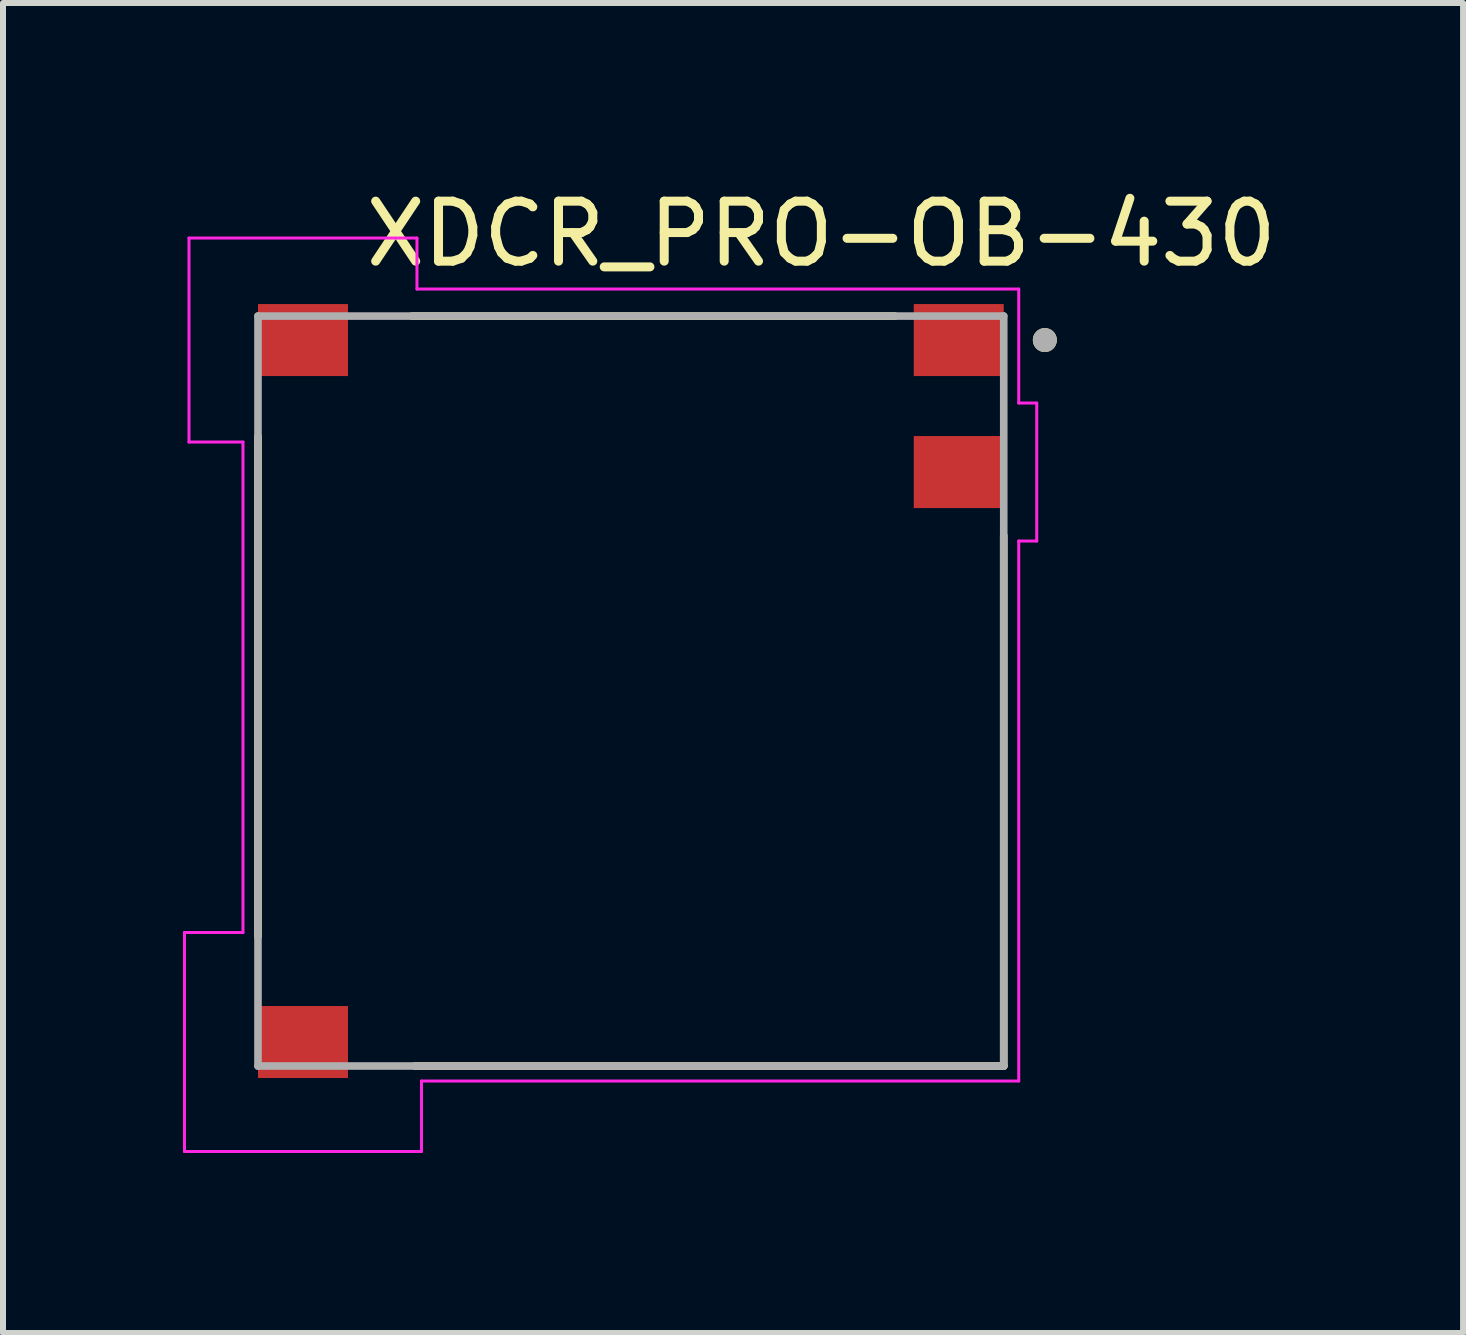
<source format=kicad_pcb>
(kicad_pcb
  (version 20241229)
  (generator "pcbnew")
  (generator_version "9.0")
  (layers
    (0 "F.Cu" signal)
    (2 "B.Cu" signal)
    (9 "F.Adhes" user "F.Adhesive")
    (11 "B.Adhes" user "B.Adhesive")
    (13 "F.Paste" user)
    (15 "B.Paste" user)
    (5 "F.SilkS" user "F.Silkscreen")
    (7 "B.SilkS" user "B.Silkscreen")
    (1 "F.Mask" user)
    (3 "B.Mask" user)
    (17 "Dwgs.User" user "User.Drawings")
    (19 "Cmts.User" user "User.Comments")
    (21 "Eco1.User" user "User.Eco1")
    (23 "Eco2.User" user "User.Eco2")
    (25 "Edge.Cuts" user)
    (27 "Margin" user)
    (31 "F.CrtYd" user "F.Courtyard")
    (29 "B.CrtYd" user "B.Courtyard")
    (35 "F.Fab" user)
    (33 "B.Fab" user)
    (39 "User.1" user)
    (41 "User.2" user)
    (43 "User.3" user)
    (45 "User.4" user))
  (footprint "XDCR_PRO-OB-430"
    (layer "F.Cu")
    (at 7.465 8.468)
    (property "Reference" "XDCR_PRO-OB-430" (at 3.175 -7.62 0) (layer "F.SilkS") (effects (font (size 1 1) (thickness 0.15))))
    (attr smd)
    (fp_line (start -6.215 4.087) (end -6.215 -4.237) (stroke (width 0.127) (type solid)) (layer "F.SilkS"))
    (fp_line (start -3.65 -6.25) (end 4.4 -6.25) (stroke (width 0.127) (type solid)) (layer "F.SilkS"))
    (fp_line (start 6.215 -2.587) (end 6.215 6.25) (stroke (width 0.127) (type solid)) (layer "F.SilkS"))
    (fp_line (start 6.215 6.25) (end -3.6 6.25) (stroke (width 0.127) (type solid)) (layer "F.SilkS"))
    (fp_circle (center 6.9 -5.85) (end 7 -5.85) (stroke (width 0.2) (type solid)) (fill no) (layer "F.SilkS"))
    (fp_line (start -7.44 4.025) (end -7.44 7.675) (stroke (width 0.05) (type solid)) (layer "F.CrtYd"))
    (fp_line (start -7.44 7.675) (end -3.49 7.675) (stroke (width 0.05) (type solid)) (layer "F.CrtYd"))
    (fp_line (start -7.365 -7.55) (end -7.365 -4.15) (stroke (width 0.05) (type solid)) (layer "F.CrtYd"))
    (fp_line (start -7.365 -4.15) (end -6.465 -4.15) (stroke (width 0.05) (type solid)) (layer "F.CrtYd"))
    (fp_line (start -6.465 4.025) (end -7.44 4.025) (stroke (width 0.05) (type solid)) (layer "F.CrtYd"))
    (fp_line (start -6.465 4.025) (end -6.465 -4.15) (stroke (width 0.05) (type solid)) (layer "F.CrtYd"))
    (fp_line (start -3.565 -7.55) (end -7.365 -7.55) (stroke (width 0.05) (type solid)) (layer "F.CrtYd"))
    (fp_line (start -3.565 -6.7) (end -3.565 -7.55) (stroke (width 0.05) (type solid)) (layer "F.CrtYd"))
    (fp_line (start -3.565 -6.7) (end 6.465 -6.7) (stroke (width 0.05) (type solid)) (layer "F.CrtYd"))
    (fp_line (start -3.49 7.675) (end -3.49 6.5) (stroke (width 0.05) (type solid)) (layer "F.CrtYd"))
    (fp_line (start 6.465 -6.7) (end 6.465 -4.8) (stroke (width 0.05) (type solid)) (layer "F.CrtYd"))
    (fp_line (start 6.465 -4.8) (end 6.765 -4.8) (stroke (width 0.05) (type solid)) (layer "F.CrtYd"))
    (fp_line (start 6.465 -2.5) (end 6.465 6.5) (stroke (width 0.05) (type solid)) (layer "F.CrtYd"))
    (fp_line (start 6.465 6.5) (end -3.49 6.5) (stroke (width 0.05) (type solid)) (layer "F.CrtYd"))
    (fp_line (start 6.765 -4.8) (end 6.765 -2.5) (stroke (width 0.05) (type solid)) (layer "F.CrtYd"))
    (fp_line (start 6.765 -2.5) (end 6.465 -2.5) (stroke (width 0.05) (type solid)) (layer "F.CrtYd"))
    (fp_line (start -6.215 -6.25) (end 6.215 -6.25) (stroke (width 0.127) (type solid)) (layer "F.Fab"))
    (fp_line (start -6.215 6.25) (end -6.215 -6.25) (stroke (width 0.127) (type solid)) (layer "F.Fab"))
    (fp_line (start 6.215 -6.25) (end 6.215 6.25) (stroke (width 0.127) (type solid)) (layer "F.Fab"))
    (fp_line (start 6.215 6.25) (end -6.215 6.25) (stroke (width 0.127) (type solid)) (layer "F.Fab"))
    (fp_circle (center 6.9 -5.85) (end 7 -5.85) (stroke (width 0.2) (type solid)) (fill no) (layer "F.Fab"))
    (pad "1" smd rect (at 5.465 -5.85) (size 1.5 1.2) (layers "F.Cu" "F.Mask" "F.Paste"))
    (pad "2" smd rect (at 5.465 -3.65) (size 1.5 1.2) (layers "F.Cu" "F.Mask" "F.Paste"))
    (pad "3" smd rect (at -5.465 -5.85) (size 1.5 1.2) (layers "F.Cu" "F.Mask" "F.Paste"))
    (pad "4" smd rect (at -5.465 5.85) (size 1.5 1.2) (layers "F.Cu" "F.Mask" "F.Paste"))
    (zone (net_name "") (layer "F.Cu") (hatch full 0.508) (connect_pads) (min_thickness 0.01) (filled_areas_thickness no) (keepout (tracks not_allowed) (vias not_allowed) (pads not_allowed) (copperpour not_allowed) (footprints allowed)) (placement (enabled no)) (fill) (polygon (pts (xy 2 1.168) (xy 0.35 1.168) (xy 0.35 4.068) (xy 2 4.068) (xy 2 3.218) (xy 1.25 3.218) (xy 1.25 2.018) (xy 2 2.018))))
    (zone (net_name "") (layer "F.Cu") (hatch full 0.508) (connect_pads) (min_thickness 0.01) (filled_areas_thickness no) (keepout (tracks not_allowed) (vias not_allowed) (pads not_allowed) (copperpour not_allowed) (footprints allowed)) (placement (enabled no)) (fill) (polygon (pts (xy 2 4.068) (xy 3.65 4.068) (xy 3.65 1.168) (xy 2 1.168) (xy 2 2.018) (xy 2.75 2.018) (xy 2.75 3.218) (xy 2 3.218))))
    (zone (net_name "") (layer "F.Cu") (hatch full 0.508) (connect_pads) (min_thickness 0.01) (filled_areas_thickness no) (keepout (tracks not_allowed) (vias not_allowed) (pads not_allowed) (copperpour not_allowed) (footprints allowed)) (placement (enabled no)) (fill) (polygon (pts (xy 2 12.743) (xy 0.275 12.743) (xy 0.275 15.893) (xy 2 15.893) (xy 2 14.918) (xy 1.25 14.918) (xy 1.25 13.718) (xy 2 13.718))))
    (zone (net_name "") (layer "F.Cu") (hatch full 0.508) (connect_pads) (min_thickness 0.01) (filled_areas_thickness no) (keepout (tracks not_allowed) (vias not_allowed) (pads not_allowed) (copperpour not_allowed) (footprints allowed)) (placement (enabled no)) (fill) (polygon (pts (xy 2 15.893) (xy 3.725 15.893) (xy 3.725 12.743) (xy 2 12.743) (xy 2 13.718) (xy 2.75 13.718) (xy 2.75 14.918) (xy 2 14.918))))
    (zone (net_name "") (layer "F.Cu") (hatch full 0.508) (connect_pads) (min_thickness 0.01) (filled_areas_thickness no) (keepout (tracks not_allowed) (vias not_allowed) (pads not_allowed) (copperpour not_allowed) (footprints allowed)) (placement (enabled no)) (fill) (polygon (pts (xy 12.93 3.918) (xy 11.88 3.918) (xy 11.88 5.718) (xy 12.93 5.718) (xy 12.93 5.418) (xy 12.175 5.418) (xy 12.175 4.218) (xy 12.93 4.218))))
    (zone (net_name "") (layer "F.Cu") (hatch full 0.508) (connect_pads) (min_thickness 0.01) (filled_areas_thickness no) (keepout (tracks not_allowed) (vias not_allowed) (pads not_allowed) (copperpour not_allowed) (footprints allowed)) (placement (enabled no)) (fill) (polygon (pts (xy 12.93 5.718) (xy 13.98 5.718) (xy 13.98 3.918) (xy 12.93 3.918) (xy 12.93 4.218) (xy 13.685 4.218) (xy 13.685 5.418) (xy 12.93 5.418))))
    (zone (net_name "") (layers "F.Cu" "B.Cu") (hatch full 0.508) (connect_pads) (min_thickness 0.01) (filled_areas_thickness no) (keepout (tracks allowed) (vias not_allowed) (pads allowed) (copperpour allowed) (footprints allowed)) (placement (enabled no)) (fill) (polygon (pts (xy 0.275 12.743) (xy 3.725 12.743) (xy 3.725 15.893) (xy 0.275 15.893))))
    (zone (net_name "") (layers "F.Cu" "B.Cu") (hatch full 0.508) (connect_pads) (min_thickness 0.01) (filled_areas_thickness no) (keepout (tracks allowed) (vias not_allowed) (pads allowed) (copperpour allowed) (footprints allowed)) (placement (enabled no)) (fill) (polygon (pts (xy 0.35 1.168) (xy 3.65 1.168) (xy 3.65 4.068) (xy 0.35 4.068))))
    (zone (net_name "") (layers "F.Cu" "B.Cu") (hatch full 0.508) (connect_pads) (min_thickness 0.01) (filled_areas_thickness no) (keepout (tracks allowed) (vias not_allowed) (pads allowed) (copperpour allowed) (footprints allowed)) (placement (enabled no)) (fill) (polygon (pts (xy 11.88 3.918) (xy 13.98 3.918) (xy 13.98 5.718) (xy 11.88 5.718))))
    (zone (net_name "") (layer "B.Cu") (hatch full 0.508) (connect_pads) (min_thickness 0.01) (filled_areas_thickness no) (keepout (tracks not_allowed) (vias not_allowed) (pads not_allowed) (copperpour not_allowed) (footprints allowed)) (placement (enabled no)) (fill) (polygon (pts (xy 0.275 12.743) (xy 3.725 12.743) (xy 3.725 15.893) (xy 0.275 15.893))))
    (zone (net_name "") (layer "B.Cu") (hatch full 0.508) (connect_pads) (min_thickness 0.01) (filled_areas_thickness no) (keepout (tracks not_allowed) (vias not_allowed) (pads not_allowed) (copperpour not_allowed) (footprints allowed)) (placement (enabled no)) (fill) (polygon (pts (xy 0.35 1.168) (xy 3.65 1.168) (xy 3.65 4.068) (xy 0.35 4.068))))
    (zone (net_name "") (layer "B.Cu") (hatch full 0.508) (connect_pads) (min_thickness 0.01) (filled_areas_thickness no) (keepout (tracks not_allowed) (vias not_allowed) (pads not_allowed) (copperpour not_allowed) (footprints allowed)) (placement (enabled no)) (fill) (polygon (pts (xy 11.88 3.918) (xy 13.98 3.918) (xy 13.98 5.718) (xy 11.88 5.718)))))
  (gr_rect
    (start -3 -3)
    (end 21.336 19.168)
    (stroke (width 0.1) (type default))
    (fill no)
    (layer "Edge.Cuts")))
</source>
